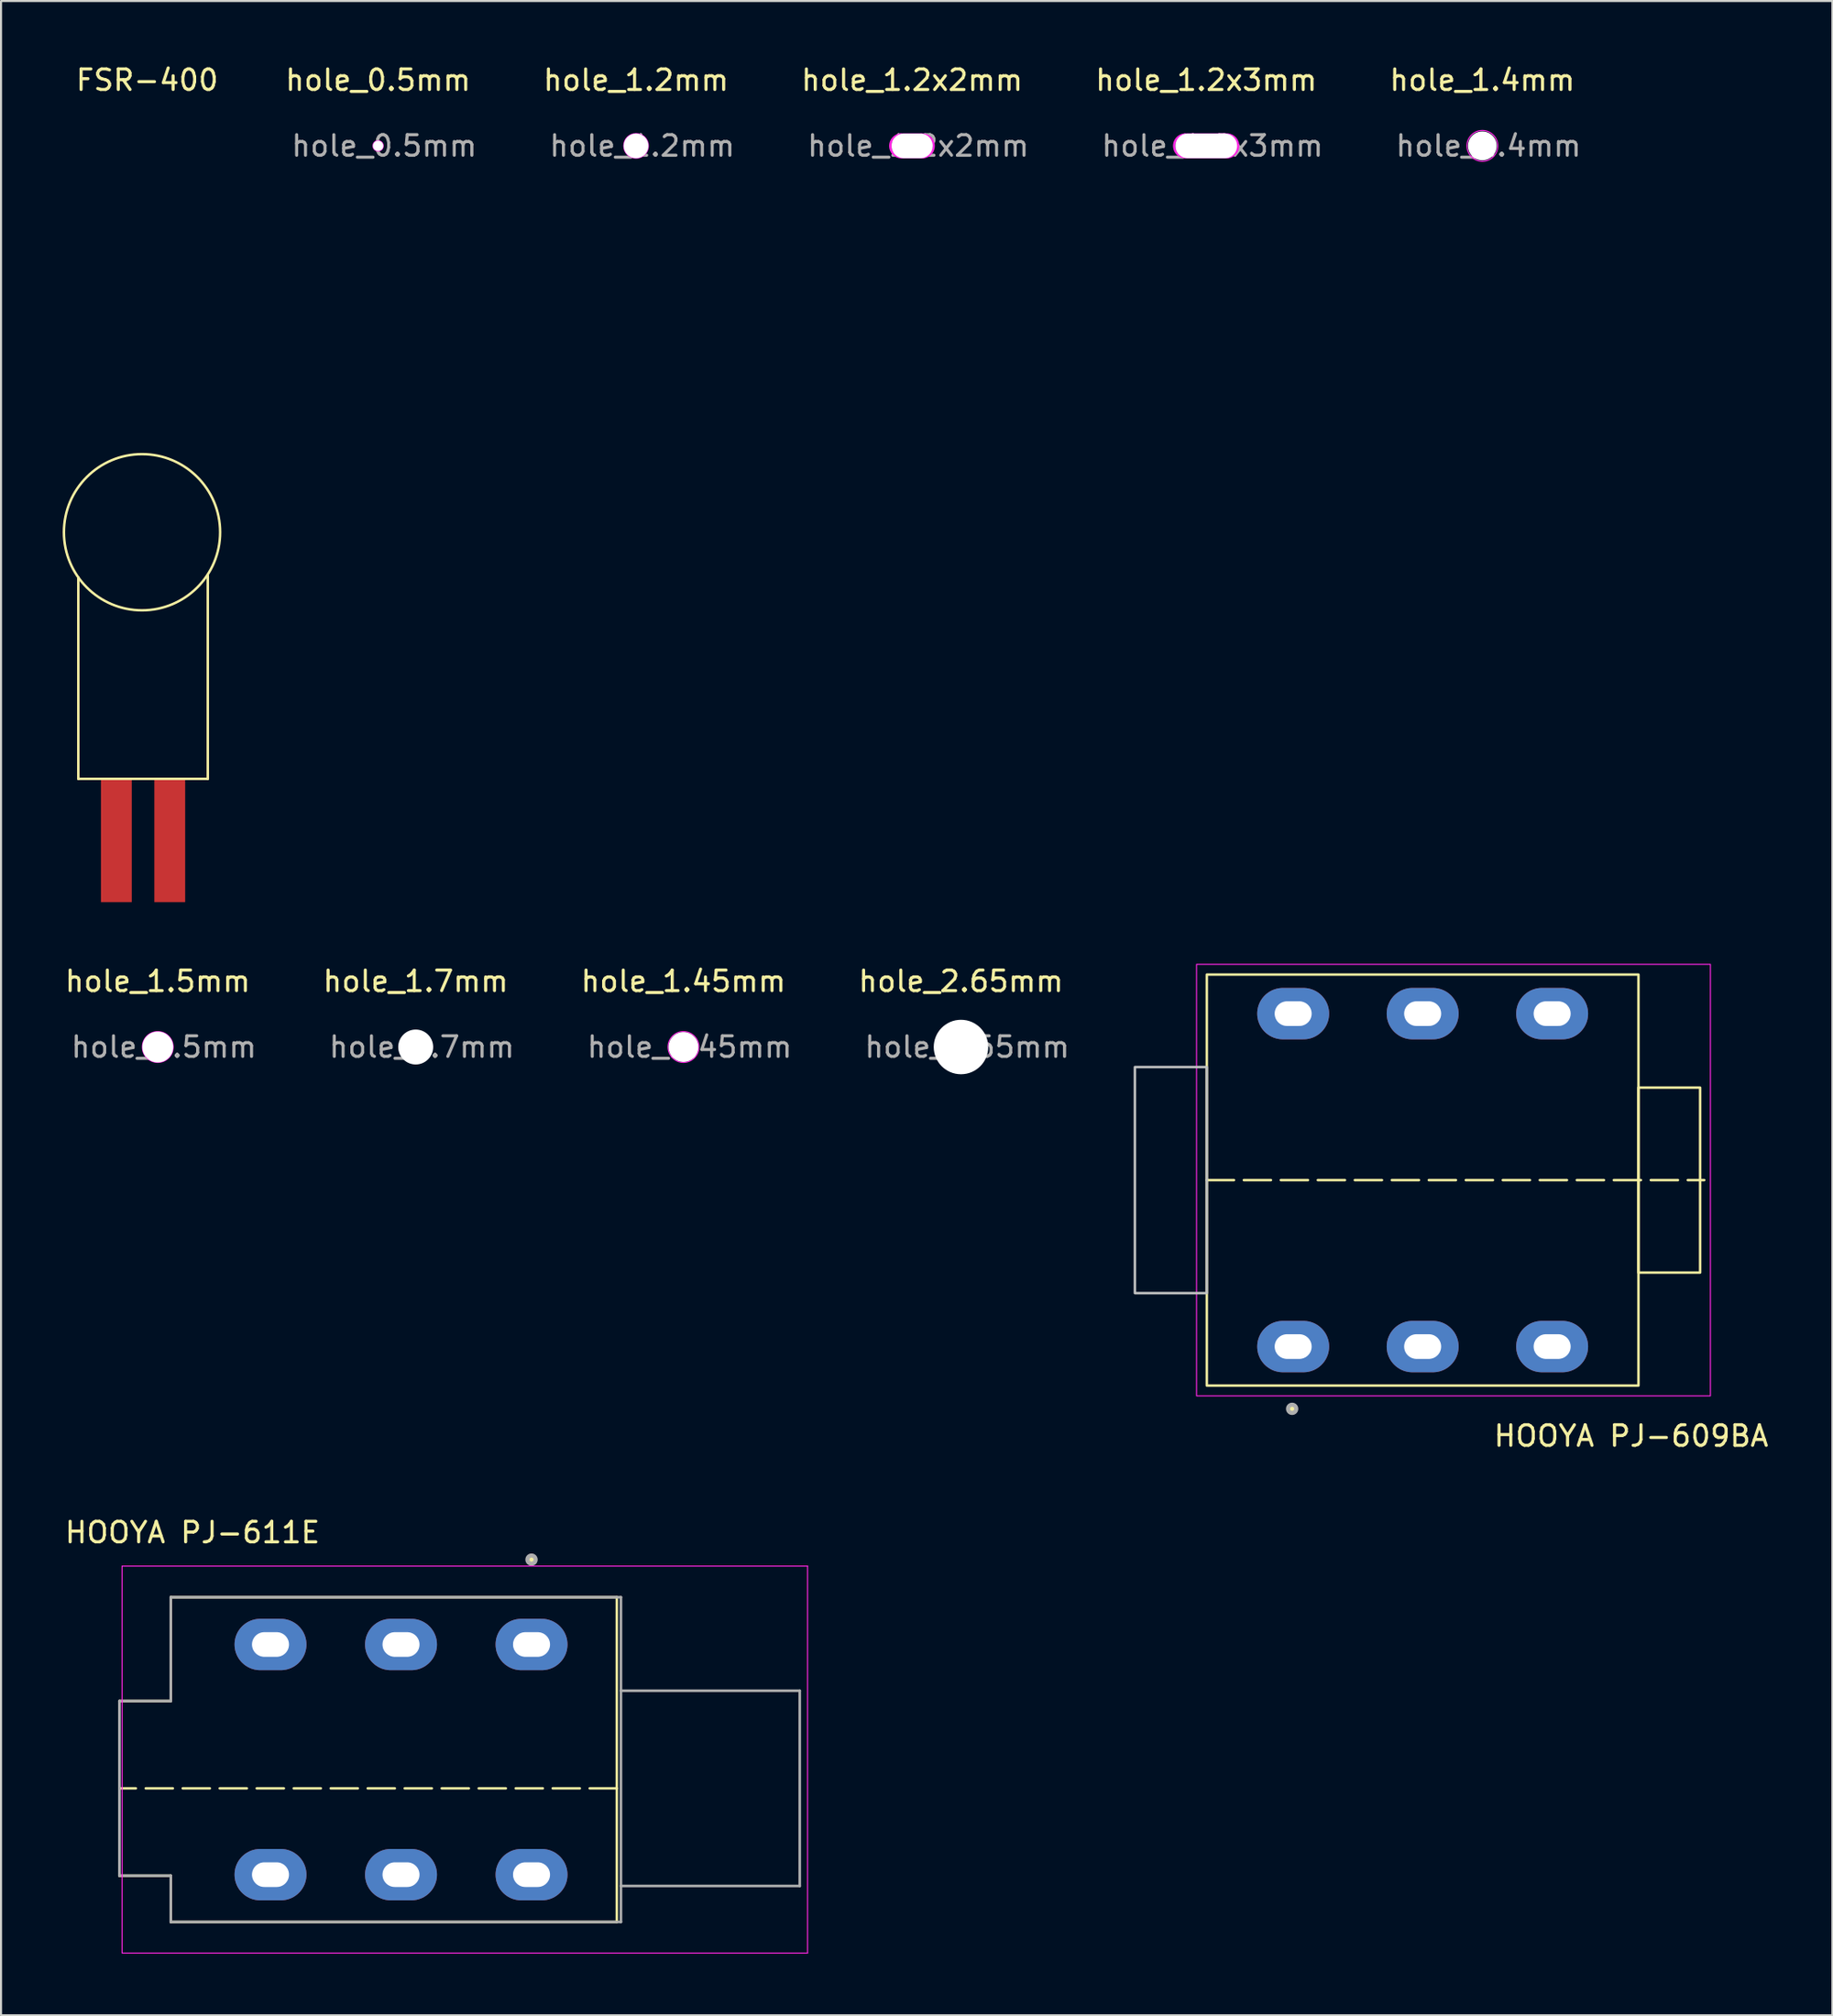
<source format=kicad_pcb>
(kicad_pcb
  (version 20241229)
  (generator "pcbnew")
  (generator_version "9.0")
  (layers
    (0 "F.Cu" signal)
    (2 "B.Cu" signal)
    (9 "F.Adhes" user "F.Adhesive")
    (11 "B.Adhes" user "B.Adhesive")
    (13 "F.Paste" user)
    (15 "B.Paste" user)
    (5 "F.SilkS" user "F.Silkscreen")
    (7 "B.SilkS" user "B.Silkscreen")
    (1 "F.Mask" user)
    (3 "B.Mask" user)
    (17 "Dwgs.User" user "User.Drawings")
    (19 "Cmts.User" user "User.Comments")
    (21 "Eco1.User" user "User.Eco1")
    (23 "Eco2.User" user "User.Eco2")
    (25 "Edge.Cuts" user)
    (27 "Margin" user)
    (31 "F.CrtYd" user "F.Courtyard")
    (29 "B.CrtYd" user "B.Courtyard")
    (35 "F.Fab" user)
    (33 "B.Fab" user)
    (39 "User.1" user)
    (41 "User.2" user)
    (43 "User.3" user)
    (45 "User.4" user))
  (footprint "hole_2.65mm"
    (layer "F.Cu")
    (at 43.704 47.897)
    (property "Reference" "hole_2.65mm" (at 0 -3.2 0) (layer "F.SilkS") (effects (font (size 1 1) (thickness 0.15))))
    (attr exclude_from_pos_files exclude_from_bom)
    (fp_circle (center 0 0) (end 0.6 0) (stroke (width 0.05) (type solid)) (fill no) (layer "F.CrtYd"))
    (fp_text user "${REFERENCE}" (at 0.3 0 0) (layer "F.Fab") (effects (font (size 1 1) (thickness 0.15))))
    (pad "" np_thru_hole circle (at 0 0) (size 2.65 2.65) (drill 2.65) (layers "*.Cu" "*.Mask")))
  (footprint "hole_1.7mm"
    (layer "F.Cu")
    (at 17.175 47.897)
    (property "Reference" "hole_1.7mm" (at 0 -3.2 0) (layer "F.SilkS") (effects (font (size 1 1) (thickness 0.15))))
    (attr exclude_from_pos_files exclude_from_bom)
    (fp_circle (center 0 0) (end 0.75 0) (stroke (width 0.05) (type solid)) (fill no) (layer "F.CrtYd"))
    (fp_text user "${REFERENCE}" (at 0.3 0 0) (layer "F.Fab") (effects (font (size 1 1) (thickness 0.15))))
    (pad "" np_thru_hole circle (at 0 0) (size 1.7 1.7) (drill 1.7) (layers "*.Cu" "*.Mask")))
  (footprint "hole_1.2x2mm"
    (layer "F.Cu")
    (at 41.326 4.048)
    (property "Reference" "hole_1.2x2mm" (at 0 -3.2 0) (layer "F.SilkS") (effects (font (size 1 1) (thickness 0.15))))
    (attr exclude_from_pos_files exclude_from_bom)
    (fp_line (start 0.45 -0.55) (end -0.55 -0.55) (stroke (width 0.12) (type solid)) (layer "F.CrtYd"))
    (fp_line (start 0.55 0.55) (end -0.45 0.55) (stroke (width 0.12) (type solid)) (layer "F.CrtYd"))
    (fp_arc (start -0.45 0.55) (mid -1.05 0.05) (end -0.55 -0.55) (stroke (width 0.12) (type solid)) (layer "F.CrtYd"))
    (fp_arc (start 0.45 -0.55) (mid 1.05 -0.05) (end 0.55 0.55) (stroke (width 0.12) (type solid)) (layer "F.CrtYd"))
    (fp_text user "${REFERENCE}" (at 0.3 0 0) (layer "F.Fab") (effects (font (size 1 1) (thickness 0.15))))
    (pad "" np_thru_hole oval (at 0 0) (size 2 1.2) (drill oval 2 1.2) (layers "*.Cu" "*.Mask")))
  (footprint "hole_1.4mm"
    (layer "F.Cu")
    (at 69.069 4.048)
    (property "Reference" "hole_1.4mm" (at 0 -3.2 0) (layer "F.SilkS") (effects (font (size 1 1) (thickness 0.15))))
    (attr exclude_from_pos_files exclude_from_bom)
    (fp_circle (center 0 0) (end 0.75 0) (stroke (width 0.05) (type solid)) (fill no) (layer "F.CrtYd"))
    (fp_text user "${REFERENCE}" (at 0.3 0 0) (layer "F.Fab") (effects (font (size 1 1) (thickness 0.15))))
    (pad "" np_thru_hole circle (at 0 0) (size 1.4 1.4) (drill 1.5) (layers "*.Cu" "*.Mask")))
  (footprint "hole_1.2mm"
    (layer "F.Cu")
    (at 27.895 4.048)
    (property "Reference" "hole_1.2mm" (at 0 -3.2 0) (layer "F.SilkS") (effects (font (size 1 1) (thickness 0.15))))
    (attr exclude_from_pos_files exclude_from_bom)
    (fp_circle (center 0 0) (end 0.6 0) (stroke (width 0.05) (type solid)) (fill no) (layer "F.CrtYd"))
    (fp_text user "${REFERENCE}" (at 0.3 0 0) (layer "F.Fab") (effects (font (size 1 1) (thickness 0.15))))
    (pad "" np_thru_hole circle (at 0 0) (size 1.2 1.2) (drill 1.2) (layers "*.Cu" "*.Mask")))
  (footprint "HOOYA PJ-609BA"
    (layer "F.Cu")
    (at 66.165 54.373)
    (property "Reference" "HOOYA PJ-609BA" (at 10.145 12.45 180) (layer "F.SilkS") (effects (font (size 1 1) (thickness 0.15))))
    (attr through_hole)
    (fp_line (start -10.5 0) (end 13.7 0) (stroke (width 0.12) (type dash)) (layer "F.SilkS"))
    (fp_rect (start -10.5 -10) (end 10.5 10) (stroke (width 0.12) (type solid)) (fill no) (layer "F.SilkS"))
    (fp_rect (start 10.5 -4.5) (end 13.5 4.5) (stroke (width 0.12) (type default)) (fill no) (layer "F.SilkS"))
    (fp_circle (center -6.35 11.13) (end -6.45 11.13) (stroke (width 0.2) (type solid)) (fill no) (layer "F.SilkS"))
    (fp_rect (start -14 -5.5) (end -10.5 5.5) (stroke (width 0.12) (type solid)) (fill no) (layer "Dwgs.User"))
    (fp_rect (start -11 -10.5) (end 14 10.5) (stroke (width 0.05) (type default)) (fill no) (layer "F.CrtYd"))
    (fp_circle (center -6.35 11.13) (end -6.55 11.13) (stroke (width 0.2) (type solid)) (fill no) (layer "F.Fab"))
    (pad "R" thru_hole oval (at 0 8.1 180) (size 3.5 2.5) (drill oval 1.8 1.2) (layers "*.Cu" "*.Mask"))
    (pad "RN" thru_hole oval (at 0 -8.1 180) (size 3.5 2.5) (drill oval 1.8 1.2) (layers "*.Cu" "*.Mask"))
    (pad "S" thru_hole oval (at -6.3 8.1 180) (size 3.5 2.5) (drill oval 1.8 1.2) (layers "*.Cu" "*.Mask"))
    (pad "SN" thru_hole oval (at -6.3 -8.1 180) (size 3.5 2.5) (drill oval 1.8 1.2) (layers "*.Cu" "*.Mask"))
    (pad "T" thru_hole oval (at 6.3 8.1 180) (size 3.5 2.5) (drill oval 1.8 1.2) (layers "*.Cu" "*.Mask"))
    (pad "TN" thru_hole oval (at 6.3 -8.1 180) (size 3.5 2.5) (drill oval 1.8 1.2) (layers "*.Cu" "*.Mask")))
  (footprint "hole_1.2x3mm"
    (layer "F.Cu")
    (at 55.638 4.048)
    (property "Reference" "hole_1.2x3mm" (at 0 -3.2 0) (layer "F.SilkS") (effects (font (size 1 1) (thickness 0.15))))
    (attr exclude_from_pos_files exclude_from_bom)
    (fp_line (start 0.95 -0.55) (end -1.05 -0.55) (stroke (width 0.12) (type solid)) (layer "F.CrtYd"))
    (fp_line (start 1.05 0.55) (end -0.95 0.55) (stroke (width 0.12) (type solid)) (layer "F.CrtYd"))
    (fp_arc (start -0.95 0.55) (mid -1.55 0.05) (end -1.05 -0.55) (stroke (width 0.12) (type solid)) (layer "F.CrtYd"))
    (fp_arc (start 0.95 -0.55) (mid 1.55 -0.05) (end 1.05 0.55) (stroke (width 0.12) (type solid)) (layer "F.CrtYd"))
    (fp_text user "${REFERENCE}" (at 0.3 0 0) (layer "F.Fab") (effects (font (size 1 1) (thickness 0.15))))
    (pad "" np_thru_hole oval (at 0 0) (size 3 1.2) (drill oval 3 1.2) (layers "*.Cu" "*.Mask")))
  (footprint "HOOYA PJ-611E"
    (layer "F.Cu")
    (at 16.46 82.57)
    (property "Reference" "HOOYA PJ-611E" (at -10.145 -11.05 0) (layer "F.SilkS") (effects (font (size 1 1) (thickness 0.15))))
    (attr through_hole)
    (fp_line (start -13.7 -2.85) (end -13.7 5.65) (stroke (width 0.12) (type default)) (layer "F.SilkS"))
    (fp_line (start -13.7 -2.85) (end -11.2 -2.85) (stroke (width 0.12) (type default)) (layer "F.SilkS"))
    (fp_line (start -11.2 -7.9) (end 10.5 -7.9) (stroke (width 0.12) (type solid)) (layer "F.SilkS"))
    (fp_line (start -11.2 -2.85) (end -11.2 -7.9) (stroke (width 0.12) (type default)) (layer "F.SilkS"))
    (fp_line (start -11.2 5.65) (end -13.7 5.65) (stroke (width 0.12) (type default)) (layer "F.SilkS"))
    (fp_line (start -11.2 7.9) (end -11.2 5.65) (stroke (width 0.12) (type default)) (layer "F.SilkS"))
    (fp_line (start 10.5 -7.9) (end 10.5 7.9) (stroke (width 0.12) (type solid)) (layer "F.SilkS"))
    (fp_line (start 10.5 1.4) (end -13.7 1.4) (stroke (width 0.12) (type dash)) (layer "F.SilkS"))
    (fp_line (start 10.5 7.9) (end -11.2 7.9) (stroke (width 0.12) (type solid)) (layer "F.SilkS"))
    (fp_circle (center 6.35 -9.73) (end 6.45 -9.73) (stroke (width 0.2) (type solid)) (fill no) (layer "F.SilkS"))
    (fp_line (start -13.57 -9.415) (end 19.78 -9.415) (stroke (width 0.05) (type solid)) (layer "F.CrtYd"))
    (fp_line (start -13.57 9.415) (end -13.57 -9.415) (stroke (width 0.05) (type solid)) (layer "F.CrtYd"))
    (fp_line (start 19.78 -9.415) (end 19.78 9.415) (stroke (width 0.05) (type solid)) (layer "F.CrtYd"))
    (fp_line (start 19.78 9.415) (end -13.57 9.415) (stroke (width 0.05) (type solid)) (layer "F.CrtYd"))
    (fp_line (start -13.7 -2.85) (end -11.2 -2.85) (stroke (width 0.127) (type solid)) (layer "F.Fab"))
    (fp_line (start -13.7 5.65) (end -13.7 -2.85) (stroke (width 0.127) (type solid)) (layer "F.Fab"))
    (fp_line (start -11.2 -7.9) (end 10.7 -7.9) (stroke (width 0.127) (type solid)) (layer "F.Fab"))
    (fp_line (start -11.2 -2.85) (end -11.2 -7.9) (stroke (width 0.127) (type solid)) (layer "F.Fab"))
    (fp_line (start -11.2 5.65) (end -13.7 5.65) (stroke (width 0.127) (type solid)) (layer "F.Fab"))
    (fp_line (start -11.2 7.9) (end -11.2 5.65) (stroke (width 0.127) (type solid)) (layer "F.Fab"))
    (fp_line (start 10.7 -7.9) (end 10.7 7.9) (stroke (width 0.127) (type solid)) (layer "F.Fab"))
    (fp_line (start 10.7 -3.35) (end 19.4 -3.35) (stroke (width 0.127) (type solid)) (layer "F.Fab"))
    (fp_line (start 10.7 7.9) (end -11.2 7.9) (stroke (width 0.127) (type solid)) (layer "F.Fab"))
    (fp_line (start 19.4 -3.35) (end 19.4 6.15) (stroke (width 0.127) (type solid)) (layer "F.Fab"))
    (fp_line (start 19.4 6.15) (end 10.7 6.15) (stroke (width 0.127) (type solid)) (layer "F.Fab"))
    (fp_circle (center 6.35 -9.73) (end 6.55 -9.73) (stroke (width 0.2) (type solid)) (fill no) (layer "F.Fab"))
    (pad "R" thru_hole oval (at 0 -5.6) (size 3.5 2.5) (drill oval 1.8 1.2) (layers "*.Cu" "*.Mask"))
    (pad "RN" thru_hole oval (at 0 5.6) (size 3.5 2.5) (drill oval 1.8 1.2) (layers "*.Cu" "*.Mask"))
    (pad "S" thru_hole oval (at 6.35 -5.6) (size 3.5 2.5) (drill oval 1.8 1.2) (layers "*.Cu" "*.Mask"))
    (pad "SN" thru_hole oval (at 6.35 5.6) (size 3.5 2.5) (drill oval 1.8 1.2) (layers "*.Cu" "*.Mask"))
    (pad "T" thru_hole oval (at -6.35 -5.6) (size 3.5 2.5) (drill oval 1.8 1.2) (layers "*.Cu" "*.Mask"))
    (pad "TN" thru_hole oval (at -6.35 5.6) (size 3.5 2.5) (drill oval 1.8 1.2) (layers "*.Cu" "*.Mask")))
  (footprint "FSR-400"
    (layer "F.Cu")
    (at 3.91 34.848)
    (property "Reference" "FSR-400" (at 0.2 -34 0) (unlocked yes) (layer "F.SilkS") (effects (font (size 1 1) (thickness 0.15))))
    (attr smd)
    (fp_line (start -3.15 -9.8) (end -3.15 0) (stroke (width 0.12) (type solid)) (layer "F.SilkS"))
    (fp_line (start -3.15 0) (end 3.15 0) (stroke (width 0.12) (type solid)) (layer "F.SilkS"))
    (fp_line (start 3.15 0) (end 3.15 -9.9) (stroke (width 0.12) (type solid)) (layer "F.SilkS"))
    (fp_circle (center -0.05 -12) (end 3.75 -12) (stroke (width 0.12) (type solid)) (fill no) (layer "F.SilkS"))
    (pad "1" smd rect (at -1.3 3) (size 1.5 6) (layers "F.Cu" "F.Mask" "F.Paste"))
    (pad "2" smd rect (at 1.3 3) (size 1.5 6) (layers "F.Cu" "F.Mask" "F.Paste")))
  (footprint "hole_1.5mm"
    (layer "F.Cu")
    (at 4.625 47.897)
    (property "Reference" "hole_1.5mm" (at 0 -3.2 0) (layer "F.SilkS") (effects (font (size 1 1) (thickness 0.15))))
    (attr exclude_from_pos_files exclude_from_bom)
    (fp_circle (center 0 0) (end 0.75 0) (stroke (width 0.05) (type solid)) (fill no) (layer "F.CrtYd"))
    (fp_text user "${REFERENCE}" (at 0.3 0 0) (layer "F.Fab") (effects (font (size 1 1) (thickness 0.15))))
    (pad "" np_thru_hole circle (at 0 0) (size 1.5 1.5) (drill 1.5) (layers "*.Cu" "*.Mask")))
  (footprint "hole_1.45mm"
    (layer "F.Cu")
    (at 30.201 47.897)
    (property "Reference" "hole_1.45mm" (at 0 -3.2 0) (layer "F.SilkS") (effects (font (size 1 1) (thickness 0.15))))
    (attr exclude_from_pos_files exclude_from_bom)
    (fp_circle (center 0 0) (end 0.75 0) (stroke (width 0.05) (type solid)) (fill no) (layer "F.CrtYd"))
    (fp_text user "${REFERENCE}" (at 0.3 0 0) (layer "F.Fab") (effects (font (size 1 1) (thickness 0.15))))
    (pad "" np_thru_hole circle (at 0 0) (size 1.45 1.45) (drill 1.5) (layers "*.Cu" "*.Mask")))
  (footprint "hole_0.5mm"
    (layer "F.Cu")
    (at 15.345 4.048)
    (property "Reference" "hole_0.5mm" (at 0 -3.2 0) (layer "F.SilkS") (effects (font (size 1 1) (thickness 0.15))))
    (attr exclude_from_pos_files exclude_from_bom)
    (fp_circle (center 0 0) (end 0.25 0) (stroke (width 0.05) (type solid)) (fill no) (layer "F.CrtYd"))
    (fp_text user "${REFERENCE}" (at 0.3 0 0) (layer "F.Fab") (effects (font (size 1 1) (thickness 0.15))))
    (pad "" np_thru_hole circle (at 0 0) (size 0.5 0.5) (drill 0.5) (layers "*.Cu" "*.Mask")))
  (gr_rect
    (start -3 -3)
    (end 86.101 95.01)
    (stroke (width 0.1) (type default))
    (fill no)
    (layer "Edge.Cuts")))
</source>
